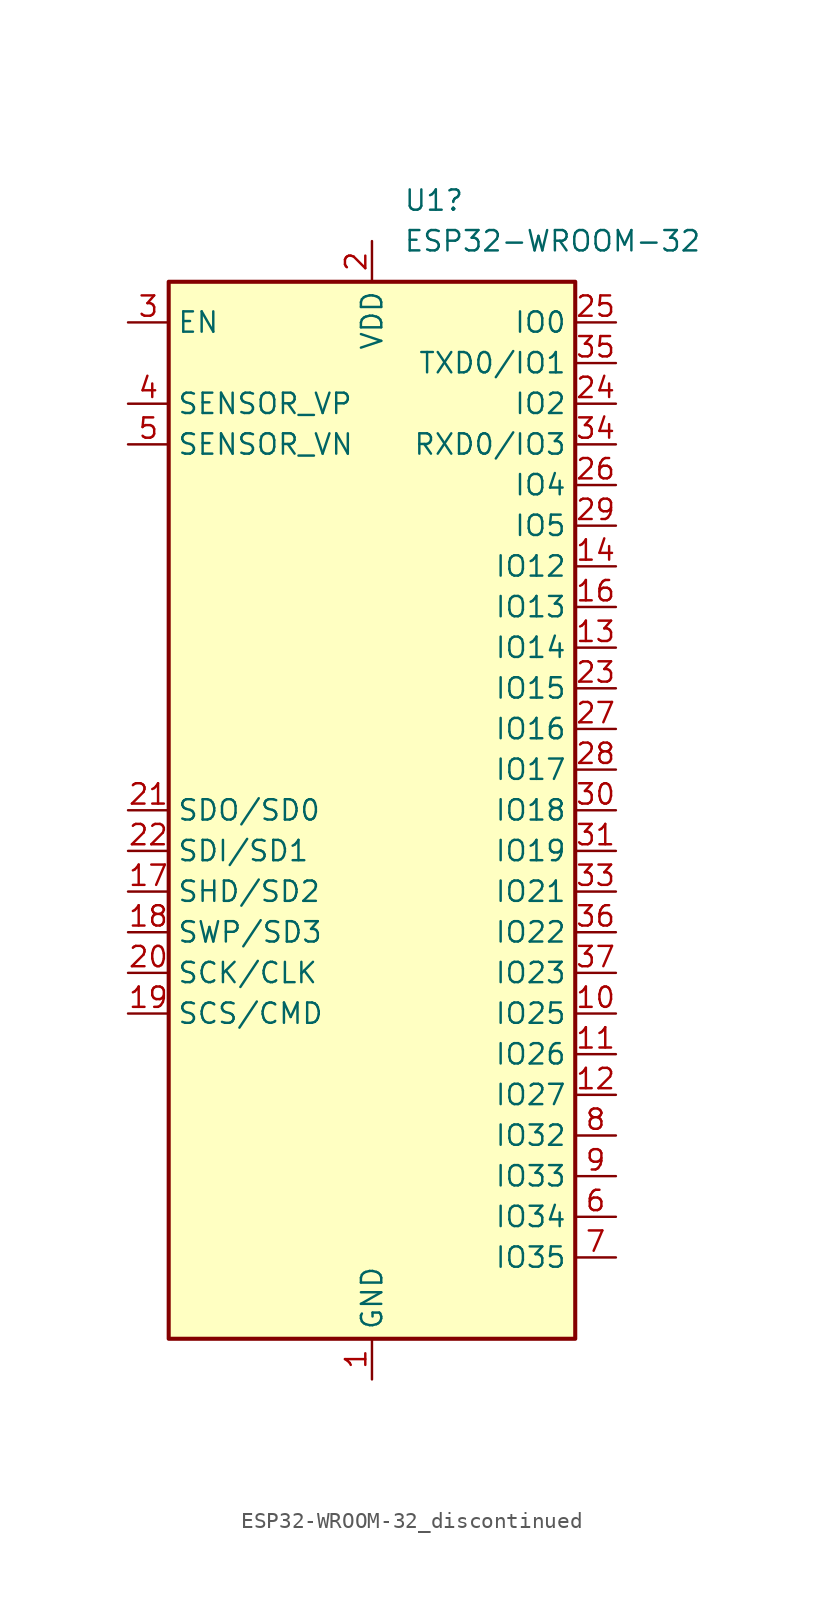
<source format=kicad_sym>
(kicad_symbol_lib
  (version 20220914)
  (generator kicad_symbol_editor)
  (symbol "ESP32-WROOM-32_discontinued"
    (property "Reference" "U1"
      (at 1.956 38.1 0)
      (effects (font (size 1.27 1.27)) (justify left)))
    (property "Value" "ESP32-WROOM-32"
      (at 1.956 35.56 0)
      (effects (font (size 1.27 1.27)) (justify left)))
    (symbol "ESP32-WROOM-32_discontinued_0_1"
      (rectangle (start -12.7 33.02) (end 12.7 -33.02) (stroke (width 0.254) (type default)) (fill (type background))))
    (symbol "ESP32-WROOM-32_discontinued_1_1"
      (pin power_in line (at 0 -35.56 90) (length 2.54) (name "GND" (effects (font (size 1.27 1.27)))) (number "1" (effects (font (size 1.27 1.27)))))
      (pin bidirectional line (at 15.24 -12.7 180) (length 2.54) (name "IO25" (effects (font (size 1.27 1.27)))) (number "10" (effects (font (size 1.27 1.27)))))
      (pin bidirectional line (at 15.24 -15.24 180) (length 2.54) (name "IO26" (effects (font (size 1.27 1.27)))) (number "11" (effects (font (size 1.27 1.27)))))
      (pin bidirectional line (at 15.24 -17.78 180) (length 2.54) (name "IO27" (effects (font (size 1.27 1.27)))) (number "12" (effects (font (size 1.27 1.27)))))
      (pin bidirectional line (at 15.24 10.16 180) (length 2.54) (name "IO14" (effects (font (size 1.27 1.27)))) (number "13" (effects (font (size 1.27 1.27)))))
      (pin bidirectional line (at 15.24 15.24 180) (length 2.54) (name "IO12" (effects (font (size 1.27 1.27)))) (number "14" (effects (font (size 1.27 1.27)))))
      (pin passive line (at 0 -35.56 90) (length 2.54) hide (name "GND" (effects (font (size 1.27 1.27)))) (number "15" (effects (font (size 1.27 1.27)))))
      (pin bidirectional line (at 15.24 12.7 180) (length 2.54) (name "IO13" (effects (font (size 1.27 1.27)))) (number "16" (effects (font (size 1.27 1.27)))))
      (pin bidirectional line (at -15.24 -5.08 0) (length 2.54) (name "SHD/SD2" (effects (font (size 1.27 1.27)))) (number "17" (effects (font (size 1.27 1.27)))))
      (pin bidirectional line (at -15.24 -7.62 0) (length 2.54) (name "SWP/SD3" (effects (font (size 1.27 1.27)))) (number "18" (effects (font (size 1.27 1.27)))))
      (pin bidirectional line (at -15.24 -12.7 0) (length 2.54) (name "SCS/CMD" (effects (font (size 1.27 1.27)))) (number "19" (effects (font (size 1.27 1.27)))))
      (pin power_in line (at 0 35.56 270) (length 2.54) (name "VDD" (effects (font (size 1.27 1.27)))) (number "2" (effects (font (size 1.27 1.27)))))
      (pin bidirectional line (at -15.24 -10.16 0) (length 2.54) (name "SCK/CLK" (effects (font (size 1.27 1.27)))) (number "20" (effects (font (size 1.27 1.27)))))
      (pin bidirectional line (at -15.24 0 0) (length 2.54) (name "SDO/SD0" (effects (font (size 1.27 1.27)))) (number "21" (effects (font (size 1.27 1.27)))))
      (pin bidirectional line (at -15.24 -2.54 0) (length 2.54) (name "SDI/SD1" (effects (font (size 1.27 1.27)))) (number "22" (effects (font (size 1.27 1.27)))))
      (pin bidirectional line (at 15.24 7.62 180) (length 2.54) (name "IO15" (effects (font (size 1.27 1.27)))) (number "23" (effects (font (size 1.27 1.27)))))
      (pin bidirectional line (at 15.24 25.4 180) (length 2.54) (name "IO2" (effects (font (size 1.27 1.27)))) (number "24" (effects (font (size 1.27 1.27)))))
      (pin bidirectional line (at 15.24 30.48 180) (length 2.54) (name "IO0" (effects (font (size 1.27 1.27)))) (number "25" (effects (font (size 1.27 1.27)))))
      (pin bidirectional line (at 15.24 20.32 180) (length 2.54) (name "IO4" (effects (font (size 1.27 1.27)))) (number "26" (effects (font (size 1.27 1.27)))))
      (pin bidirectional line (at 15.24 5.08 180) (length 2.54) (name "IO16" (effects (font (size 1.27 1.27)))) (number "27" (effects (font (size 1.27 1.27)))))
      (pin bidirectional line (at 15.24 2.54 180) (length 2.54) (name "IO17" (effects (font (size 1.27 1.27)))) (number "28" (effects (font (size 1.27 1.27)))))
      (pin bidirectional line (at 15.24 17.78 180) (length 2.54) (name "IO5" (effects (font (size 1.27 1.27)))) (number "29" (effects (font (size 1.27 1.27)))))
      (pin input line (at -15.24 30.48 0) (length 2.54) (name "EN" (effects (font (size 1.27 1.27)))) (number "3" (effects (font (size 1.27 1.27)))))
      (pin bidirectional line (at 15.24 0 180) (length 2.54) (name "IO18" (effects (font (size 1.27 1.27)))) (number "30" (effects (font (size 1.27 1.27)))))
      (pin bidirectional line (at 15.24 -2.54 180) (length 2.54) (name "IO19" (effects (font (size 1.27 1.27)))) (number "31" (effects (font (size 1.27 1.27)))))
      (pin no_connect line (at -12.7 -27.94 0) (length 2.54) hide (name "NC" (effects (font (size 1.27 1.27)))) (number "32" (effects (font (size 1.27 1.27)))))
      (pin bidirectional line (at 15.24 -5.08 180) (length 2.54) (name "IO21" (effects (font (size 1.27 1.27)))) (number "33" (effects (font (size 1.27 1.27)))))
      (pin bidirectional line (at 15.24 22.86 180) (length 2.54) (name "RXD0/IO3" (effects (font (size 1.27 1.27)))) (number "34" (effects (font (size 1.27 1.27)))))
      (pin bidirectional line (at 15.24 27.94 180) (length 2.54) (name "TXD0/IO1" (effects (font (size 1.27 1.27)))) (number "35" (effects (font (size 1.27 1.27)))))
      (pin bidirectional line (at 15.24 -7.62 180) (length 2.54) (name "IO22" (effects (font (size 1.27 1.27)))) (number "36" (effects (font (size 1.27 1.27)))))
      (pin bidirectional line (at 15.24 -10.16 180) (length 2.54) (name "IO23" (effects (font (size 1.27 1.27)))) (number "37" (effects (font (size 1.27 1.27)))))
      (pin passive line (at 0 -35.56 90) (length 2.54) hide (name "GND" (effects (font (size 1.27 1.27)))) (number "38" (effects (font (size 1.27 1.27)))))
      (pin passive line (at 0 -35.56 90) (length 2.54) hide (name "GND" (effects (font (size 1.27 1.27)))) (number "39" (effects (font (size 1.27 1.27)))))
      (pin input line (at -15.24 25.4 0) (length 2.54) (name "SENSOR_VP" (effects (font (size 1.27 1.27)))) (number "4" (effects (font (size 1.27 1.27)))))
      (pin input line (at -15.24 22.86 0) (length 2.54) (name "SENSOR_VN" (effects (font (size 1.27 1.27)))) (number "5" (effects (font (size 1.27 1.27)))))
      (pin input line (at 15.24 -25.4 180) (length 2.54) (name "IO34" (effects (font (size 1.27 1.27)))) (number "6" (effects (font (size 1.27 1.27)))))
      (pin input line (at 15.24 -27.94 180) (length 2.54) (name "IO35" (effects (font (size 1.27 1.27)))) (number "7" (effects (font (size 1.27 1.27)))))
      (pin bidirectional line (at 15.24 -20.32 180) (length 2.54) (name "IO32" (effects (font (size 1.27 1.27)))) (number "8" (effects (font (size 1.27 1.27)))))
      (pin bidirectional line (at 15.24 -22.86 180) (length 2.54) (name "IO33" (effects (font (size 1.27 1.27)))) (number "9" (effects (font (size 1.27 1.27))))))))
</source>
